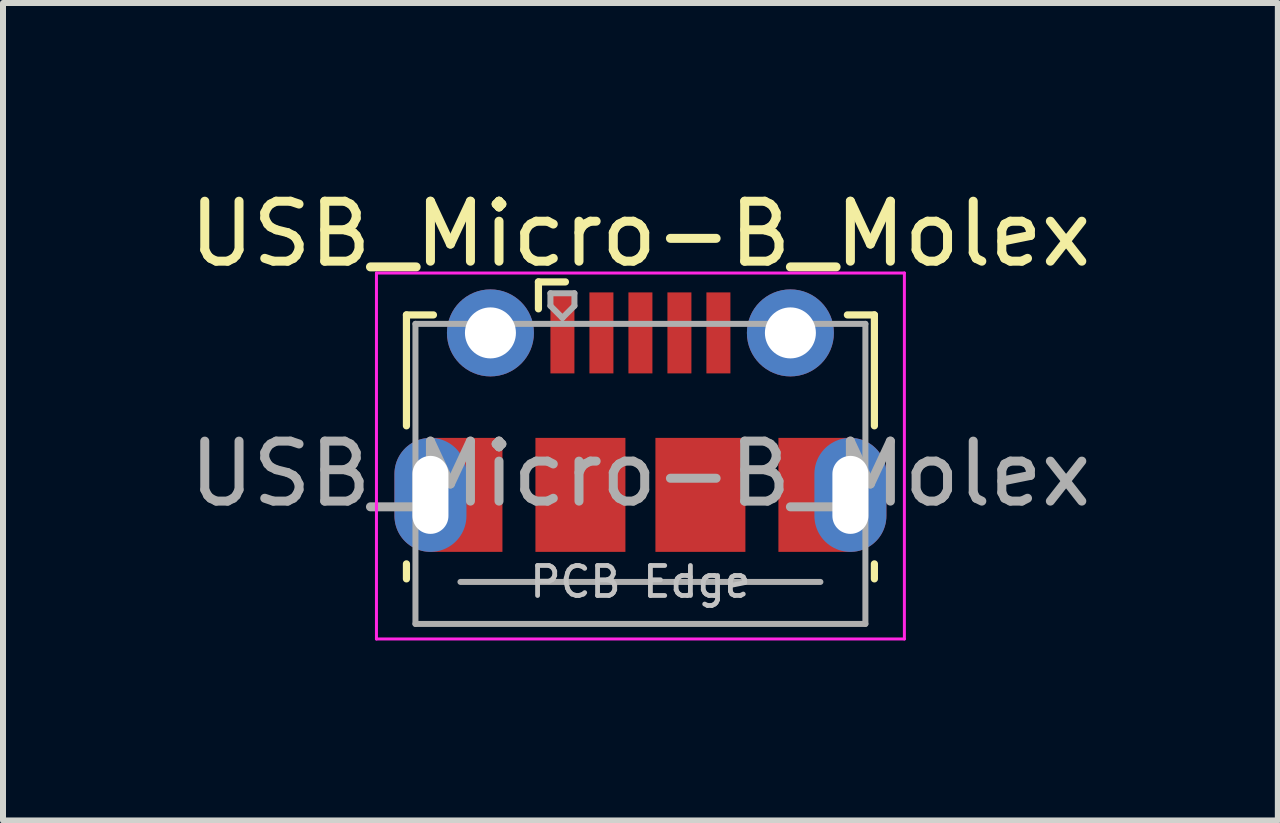
<source format=kicad_pcb>
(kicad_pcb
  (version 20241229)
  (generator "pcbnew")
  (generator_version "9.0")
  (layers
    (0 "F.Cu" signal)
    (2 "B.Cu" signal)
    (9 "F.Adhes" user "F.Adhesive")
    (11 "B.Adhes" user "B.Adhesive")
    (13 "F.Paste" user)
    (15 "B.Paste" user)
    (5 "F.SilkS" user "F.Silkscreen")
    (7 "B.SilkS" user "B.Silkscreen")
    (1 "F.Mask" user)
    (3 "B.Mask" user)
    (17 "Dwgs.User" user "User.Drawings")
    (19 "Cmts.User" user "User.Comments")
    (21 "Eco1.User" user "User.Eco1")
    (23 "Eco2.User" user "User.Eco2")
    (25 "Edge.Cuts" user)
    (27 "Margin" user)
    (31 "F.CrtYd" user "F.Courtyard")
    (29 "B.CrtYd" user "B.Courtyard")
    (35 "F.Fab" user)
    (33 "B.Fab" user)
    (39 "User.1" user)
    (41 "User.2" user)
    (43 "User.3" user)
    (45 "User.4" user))
  (footprint "USB_Micro-B_Molex"
    (layer "F.Cu")
    (at 7.625 3.961)
    (property "Reference" "USB_Micro-B_Molex" (at 0 -3.112 0) (layer "F.SilkS") (effects (font (size 1 1) (thickness 0.15))))
    (attr smd)
    (fp_line (start -3.9 -1.762) (end -3.45 -1.762) (stroke (width 0.12) (type solid)) (layer "F.SilkS"))
    (fp_line (start -3.9 0.087) (end -3.9 -1.762) (stroke (width 0.12) (type solid)) (layer "F.SilkS"))
    (fp_line (start -3.9 2.638) (end -3.9 2.388) (stroke (width 0.12) (type solid)) (layer "F.SilkS"))
    (fp_line (start -1.7 -2.312) (end -1.7 -1.863) (stroke (width 0.12) (type solid)) (layer "F.SilkS"))
    (fp_line (start -1.7 -2.312) (end -1.25 -2.312) (stroke (width 0.12) (type solid)) (layer "F.SilkS"))
    (fp_line (start 3.9 -1.762) (end 3.45 -1.762) (stroke (width 0.12) (type solid)) (layer "F.SilkS"))
    (fp_line (start 3.9 0.087) (end 3.9 -1.762) (stroke (width 0.12) (type solid)) (layer "F.SilkS"))
    (fp_line (start 3.9 2.638) (end 3.9 2.388) (stroke (width 0.12) (type solid)) (layer "F.SilkS"))
    (fp_line (start -4.4 -2.46) (end 4.4 -2.46) (stroke (width 0.05) (type solid)) (layer "F.CrtYd"))
    (fp_line (start -4.4 3.64) (end -4.4 -2.46) (stroke (width 0.05) (type solid)) (layer "F.CrtYd"))
    (fp_line (start -4.4 3.64) (end 4.4 3.64) (stroke (width 0.05) (type solid)) (layer "F.CrtYd"))
    (fp_line (start 4.4 -2.46) (end 4.4 3.64) (stroke (width 0.05) (type solid)) (layer "F.CrtYd"))
    (fp_line (start -3.75 -1.613) (end 3.75 -1.613) (stroke (width 0.1) (type solid)) (layer "F.Fab"))
    (fp_line (start -3.75 3.388) (end -3.75 -1.613) (stroke (width 0.1) (type solid)) (layer "F.Fab"))
    (fp_line (start -3.75 3.389) (end 3.75 3.389) (stroke (width 0.1) (type solid)) (layer "F.Fab"))
    (fp_line (start -3 2.689) (end 3 2.689) (stroke (width 0.1) (type solid)) (layer "F.Fab"))
    (fp_line (start -1.5 -2.123) (end -1.5 -1.913) (stroke (width 0.1) (type solid)) (layer "F.Fab"))
    (fp_line (start -1.5 -2.123) (end -1.1 -2.123) (stroke (width 0.1) (type solid)) (layer "F.Fab"))
    (fp_line (start -1.3 -1.712) (end -1.5 -1.913) (stroke (width 0.1) (type solid)) (layer "F.Fab"))
    (fp_line (start -1.1 -2.123) (end -1.1 -1.913) (stroke (width 0.1) (type solid)) (layer "F.Fab"))
    (fp_line (start -1.1 -1.913) (end -1.3 -1.712) (stroke (width 0.1) (type solid)) (layer "F.Fab"))
    (fp_line (start 3.75 3.388) (end 3.75 -1.613) (stroke (width 0.1) (type solid)) (layer "F.Fab"))
    (fp_text user "PCB Edge" (at 0 2.688 0) (layer "Dwgs.User") (effects (font (size 0.5 0.5) (thickness 0.08))))
    (fp_text user "${REFERENCE}" (at 0 0.887 0) (layer "F.Fab") (effects (font (size 1 1) (thickness 0.15))))
    (pad "1" smd rect (at -1.3 -1.462) (size 0.4 1.35) (layers "F.Cu" "F.Mask" "F.Paste"))
    (pad "2" smd rect (at -0.65 -1.462) (size 0.4 1.35) (layers "F.Cu" "F.Mask" "F.Paste"))
    (pad "3" smd rect (at 0 -1.462) (size 0.4 1.35) (layers "F.Cu" "F.Mask" "F.Paste"))
    (pad "4" smd rect (at 0.65 -1.462) (size 0.4 1.35) (layers "F.Cu" "F.Mask" "F.Paste"))
    (pad "5" smd rect (at 1.3 -1.462) (size 0.4 1.35) (layers "F.Cu" "F.Mask" "F.Paste"))
    (pad "6" thru_hole oval (at -3.5 1.238 180) (size 1.2 1.9) (drill oval 0.6 1.3) (layers "*.Cu" "*.Mask"))
    (pad "6" smd rect (at -2.9 1.238) (size 1.2 1.9) (layers "F.Cu" "F.Mask"))
    (pad "6" thru_hole circle (at -2.5 -1.462) (size 1.45 1.45) (drill 0.85) (layers "*.Cu" "*.Mask"))
    (pad "6" smd rect (at -1 1.238) (size 1.5 1.9) (layers "F.Cu" "F.Mask" "F.Paste"))
    (pad "6" smd rect (at 1 1.238) (size 1.5 1.9) (layers "F.Cu" "F.Mask" "F.Paste"))
    (pad "6" thru_hole circle (at 2.5 -1.462) (size 1.45 1.45) (drill 0.85) (layers "*.Cu" "*.Mask"))
    (pad "6" smd rect (at 2.9 1.238) (size 1.2 1.9) (layers "F.Cu" "F.Mask"))
    (pad "6" thru_hole oval (at 3.5 1.238) (size 1.2 1.9) (drill oval 0.6 1.3) (layers "*.Cu" "*.Mask")))
  (gr_rect
    (start -3 -3)
    (end 18.25 10.626)
    (stroke (width 0.1) (type default))
    (fill no)
    (layer "Edge.Cuts")))
</source>
